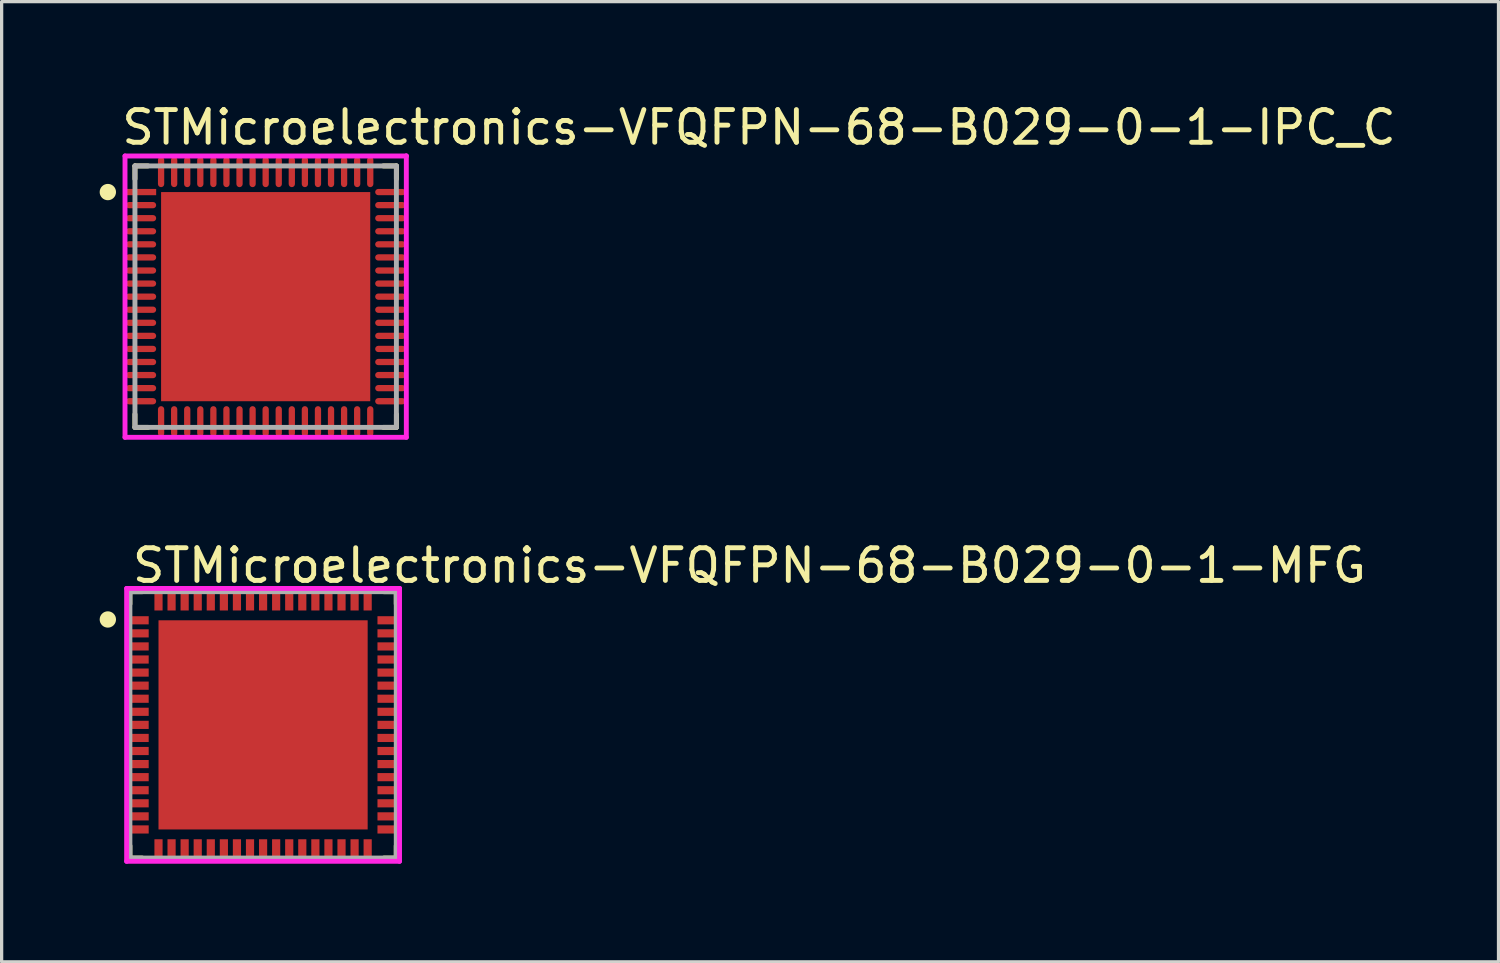
<source format=kicad_pcb>
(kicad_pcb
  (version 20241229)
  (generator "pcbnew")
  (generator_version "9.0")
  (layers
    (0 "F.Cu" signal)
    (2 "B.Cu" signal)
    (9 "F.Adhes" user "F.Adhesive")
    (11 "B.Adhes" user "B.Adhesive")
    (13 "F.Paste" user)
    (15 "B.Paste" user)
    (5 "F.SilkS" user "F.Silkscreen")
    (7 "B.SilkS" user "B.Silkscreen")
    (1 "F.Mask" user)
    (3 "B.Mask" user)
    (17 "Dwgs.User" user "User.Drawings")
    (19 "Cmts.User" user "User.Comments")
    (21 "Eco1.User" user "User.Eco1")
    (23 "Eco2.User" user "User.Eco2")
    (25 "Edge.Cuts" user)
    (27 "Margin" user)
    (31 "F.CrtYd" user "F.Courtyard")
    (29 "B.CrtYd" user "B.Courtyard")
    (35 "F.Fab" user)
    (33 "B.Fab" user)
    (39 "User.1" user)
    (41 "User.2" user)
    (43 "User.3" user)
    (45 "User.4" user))
  (footprint "STMicroelectronics-VFQFPN-68-B029-0-1-MFG"
    (layer "F.Cu")
    (at 5 19.13)
    (property "Reference" "STMicroelectronics-VFQFPN-68-B029-0-1-MFG" (at -4.075 -4.875 0) (layer "F.SilkS") (effects (font (size 1 1) (thickness 0.15)) (justify left)))
    (attr through_hole)
    (fp_line (start -4.075 -4.075) (end -3.7 -4.075) (stroke (width 0.15) (type solid)) (layer "F.SilkS"))
    (fp_line (start -4.075 -3.7) (end -4.075 -4.075) (stroke (width 0.15) (type solid)) (layer "F.SilkS"))
    (fp_line (start -4.075 4.075) (end -4.075 3.7) (stroke (width 0.15) (type solid)) (layer "F.SilkS"))
    (fp_line (start -4.075 4.075) (end -3.7 4.075) (stroke (width 0.15) (type solid)) (layer "F.SilkS"))
    (fp_line (start 3.7 -4.075) (end 4.075 -4.075) (stroke (width 0.15) (type solid)) (layer "F.SilkS"))
    (fp_line (start 3.7 4.075) (end 4.075 4.075) (stroke (width 0.15) (type solid)) (layer "F.SilkS"))
    (fp_line (start 4.075 -3.7) (end 4.075 -4.075) (stroke (width 0.15) (type solid)) (layer "F.SilkS"))
    (fp_line (start 4.075 4.075) (end 4.075 3.7) (stroke (width 0.15) (type solid)) (layer "F.SilkS"))
    (fp_circle (center -4.75 -3.225) (end -4.625 -3.225) (stroke (width 0.25) (type solid)) (fill no) (layer "F.SilkS"))
    (fp_line (start -4.175 -4.175) (end -4.175 4.175) (stroke (width 0.15) (type solid)) (layer "F.CrtYd"))
    (fp_line (start -4.175 4.175) (end 4.175 4.175) (stroke (width 0.15) (type solid)) (layer "F.CrtYd"))
    (fp_line (start 4.175 -4.175) (end -4.175 -4.175) (stroke (width 0.15) (type solid)) (layer "F.CrtYd"))
    (fp_line (start 4.175 -4.175) (end 4.175 -4.175) (stroke (width 0.15) (type solid)) (layer "F.CrtYd"))
    (fp_line (start 4.175 4.175) (end 4.175 -4.175) (stroke (width 0.15) (type solid)) (layer "F.CrtYd"))
    (fp_line (start -4.075 -4.075) (end 4.075 -4.075) (stroke (width 0.15) (type solid)) (layer "F.Fab"))
    (fp_line (start -4.075 4.075) (end -4.075 -4.075) (stroke (width 0.15) (type solid)) (layer "F.Fab"))
    (fp_line (start 4.075 -4.075) (end 4.075 4.075) (stroke (width 0.15) (type solid)) (layer "F.Fab"))
    (fp_line (start 4.075 4.075) (end -4.075 4.075) (stroke (width 0.15) (type solid)) (layer "F.Fab"))
    (pad "1" smd rect (at -3.825 -3.2) (size 0.65 0.25) (layers "F.Cu" "F.Mask" "F.Paste"))
    (pad "2" smd rect (at -3.825 -2.8) (size 0.65 0.25) (layers "F.Cu" "F.Mask" "F.Paste"))
    (pad "3" smd rect (at -3.825 -2.4) (size 0.65 0.25) (layers "F.Cu" "F.Mask" "F.Paste"))
    (pad "4" smd rect (at -3.825 -2) (size 0.65 0.25) (layers "F.Cu" "F.Mask" "F.Paste"))
    (pad "5" smd rect (at -3.825 -1.6) (size 0.65 0.25) (layers "F.Cu" "F.Mask" "F.Paste"))
    (pad "6" smd rect (at -3.825 -1.2) (size 0.65 0.25) (layers "F.Cu" "F.Mask" "F.Paste"))
    (pad "7" smd rect (at -3.825 -0.8) (size 0.65 0.25) (layers "F.Cu" "F.Mask" "F.Paste"))
    (pad "8" smd rect (at -3.825 -0.4) (size 0.65 0.25) (layers "F.Cu" "F.Mask" "F.Paste"))
    (pad "9" smd rect (at -3.825 0) (size 0.65 0.25) (layers "F.Cu" "F.Mask" "F.Paste"))
    (pad "10" smd rect (at -3.825 0.4) (size 0.65 0.25) (layers "F.Cu" "F.Mask" "F.Paste"))
    (pad "11" smd rect (at -3.825 0.8) (size 0.65 0.25) (layers "F.Cu" "F.Mask" "F.Paste"))
    (pad "12" smd rect (at -3.825 1.2) (size 0.65 0.25) (layers "F.Cu" "F.Mask" "F.Paste"))
    (pad "13" smd rect (at -3.825 1.6) (size 0.65 0.25) (layers "F.Cu" "F.Mask" "F.Paste"))
    (pad "14" smd rect (at -3.825 2) (size 0.65 0.25) (layers "F.Cu" "F.Mask" "F.Paste"))
    (pad "15" smd rect (at -3.825 2.4) (size 0.65 0.25) (layers "F.Cu" "F.Mask" "F.Paste"))
    (pad "16" smd rect (at -3.825 2.8) (size 0.65 0.25) (layers "F.Cu" "F.Mask" "F.Paste"))
    (pad "17" smd rect (at -3.825 3.2) (size 0.65 0.25) (layers "F.Cu" "F.Mask" "F.Paste"))
    (pad "18" smd rect (at -3.2 3.825) (size 0.25 0.65) (layers "F.Cu" "F.Mask" "F.Paste"))
    (pad "19" smd rect (at -2.8 3.825) (size 0.25 0.65) (layers "F.Cu" "F.Mask" "F.Paste"))
    (pad "20" smd rect (at -2.4 3.825) (size 0.25 0.65) (layers "F.Cu" "F.Mask" "F.Paste"))
    (pad "21" smd rect (at -2 3.825) (size 0.25 0.65) (layers "F.Cu" "F.Mask" "F.Paste"))
    (pad "22" smd rect (at -1.6 3.825) (size 0.25 0.65) (layers "F.Cu" "F.Mask" "F.Paste"))
    (pad "23" smd rect (at -1.2 3.825) (size 0.25 0.65) (layers "F.Cu" "F.Mask" "F.Paste"))
    (pad "24" smd rect (at -0.8 3.825) (size 0.25 0.65) (layers "F.Cu" "F.Mask" "F.Paste"))
    (pad "25" smd rect (at -0.4 3.825) (size 0.25 0.65) (layers "F.Cu" "F.Mask" "F.Paste"))
    (pad "26" smd rect (at 0 3.825) (size 0.25 0.65) (layers "F.Cu" "F.Mask" "F.Paste"))
    (pad "27" smd rect (at 0.4 3.825) (size 0.25 0.65) (layers "F.Cu" "F.Mask" "F.Paste"))
    (pad "28" smd rect (at 0.8 3.825) (size 0.25 0.65) (layers "F.Cu" "F.Mask" "F.Paste"))
    (pad "29" smd rect (at 1.2 3.825) (size 0.25 0.65) (layers "F.Cu" "F.Mask" "F.Paste"))
    (pad "30" smd rect (at 1.6 3.825) (size 0.25 0.65) (layers "F.Cu" "F.Mask" "F.Paste"))
    (pad "31" smd rect (at 2 3.825) (size 0.25 0.65) (layers "F.Cu" "F.Mask" "F.Paste"))
    (pad "32" smd rect (at 2.4 3.825) (size 0.25 0.65) (layers "F.Cu" "F.Mask" "F.Paste"))
    (pad "33" smd rect (at 2.8 3.825) (size 0.25 0.65) (layers "F.Cu" "F.Mask" "F.Paste"))
    (pad "34" smd rect (at 3.2 3.825) (size 0.25 0.65) (layers "F.Cu" "F.Mask" "F.Paste"))
    (pad "35" smd rect (at 3.825 3.2) (size 0.65 0.25) (layers "F.Cu" "F.Mask" "F.Paste"))
    (pad "36" smd rect (at 3.825 2.8) (size 0.65 0.25) (layers "F.Cu" "F.Mask" "F.Paste"))
    (pad "37" smd rect (at 3.825 2.4) (size 0.65 0.25) (layers "F.Cu" "F.Mask" "F.Paste"))
    (pad "38" smd rect (at 3.825 2) (size 0.65 0.25) (layers "F.Cu" "F.Mask" "F.Paste"))
    (pad "39" smd rect (at 3.825 1.6) (size 0.65 0.25) (layers "F.Cu" "F.Mask" "F.Paste"))
    (pad "40" smd rect (at 3.825 1.2) (size 0.65 0.25) (layers "F.Cu" "F.Mask" "F.Paste"))
    (pad "41" smd rect (at 3.825 0.8) (size 0.65 0.25) (layers "F.Cu" "F.Mask" "F.Paste"))
    (pad "42" smd rect (at 3.825 0.4) (size 0.65 0.25) (layers "F.Cu" "F.Mask" "F.Paste"))
    (pad "43" smd rect (at 3.825 0) (size 0.65 0.25) (layers "F.Cu" "F.Mask" "F.Paste"))
    (pad "44" smd rect (at 3.825 -0.4) (size 0.65 0.25) (layers "F.Cu" "F.Mask" "F.Paste"))
    (pad "45" smd rect (at 3.825 -0.8) (size 0.65 0.25) (layers "F.Cu" "F.Mask" "F.Paste"))
    (pad "46" smd rect (at 3.825 -1.2) (size 0.65 0.25) (layers "F.Cu" "F.Mask" "F.Paste"))
    (pad "47" smd rect (at 3.825 -1.6) (size 0.65 0.25) (layers "F.Cu" "F.Mask" "F.Paste"))
    (pad "48" smd rect (at 3.825 -2) (size 0.65 0.25) (layers "F.Cu" "F.Mask" "F.Paste"))
    (pad "49" smd rect (at 3.825 -2.4) (size 0.65 0.25) (layers "F.Cu" "F.Mask" "F.Paste"))
    (pad "50" smd rect (at 3.825 -2.8) (size 0.65 0.25) (layers "F.Cu" "F.Mask" "F.Paste"))
    (pad "51" smd rect (at 3.825 -3.2) (size 0.65 0.25) (layers "F.Cu" "F.Mask" "F.Paste"))
    (pad "52" smd rect (at 3.2 -3.825) (size 0.25 0.65) (layers "F.Cu" "F.Mask" "F.Paste"))
    (pad "53" smd rect (at 2.8 -3.825) (size 0.25 0.65) (layers "F.Cu" "F.Mask" "F.Paste"))
    (pad "54" smd rect (at 2.4 -3.825) (size 0.25 0.65) (layers "F.Cu" "F.Mask" "F.Paste"))
    (pad "55" smd rect (at 2 -3.825) (size 0.25 0.65) (layers "F.Cu" "F.Mask" "F.Paste"))
    (pad "56" smd rect (at 1.6 -3.825) (size 0.25 0.65) (layers "F.Cu" "F.Mask" "F.Paste"))
    (pad "57" smd rect (at 1.2 -3.825) (size 0.25 0.65) (layers "F.Cu" "F.Mask" "F.Paste"))
    (pad "58" smd rect (at 0.8 -3.825) (size 0.25 0.65) (layers "F.Cu" "F.Mask" "F.Paste"))
    (pad "59" smd rect (at 0.4 -3.825) (size 0.25 0.65) (layers "F.Cu" "F.Mask" "F.Paste"))
    (pad "60" smd rect (at 0 -3.825) (size 0.25 0.65) (layers "F.Cu" "F.Mask" "F.Paste"))
    (pad "61" smd rect (at -0.4 -3.825) (size 0.25 0.65) (layers "F.Cu" "F.Mask" "F.Paste"))
    (pad "62" smd rect (at -0.8 -3.825) (size 0.25 0.65) (layers "F.Cu" "F.Mask" "F.Paste"))
    (pad "63" smd rect (at -1.2 -3.825) (size 0.25 0.65) (layers "F.Cu" "F.Mask" "F.Paste"))
    (pad "64" smd rect (at -1.6 -3.825) (size 0.25 0.65) (layers "F.Cu" "F.Mask" "F.Paste"))
    (pad "65" smd rect (at -2 -3.825) (size 0.25 0.65) (layers "F.Cu" "F.Mask" "F.Paste"))
    (pad "66" smd rect (at -2.4 -3.825) (size 0.25 0.65) (layers "F.Cu" "F.Mask" "F.Paste"))
    (pad "67" smd rect (at -2.8 -3.825) (size 0.25 0.65) (layers "F.Cu" "F.Mask" "F.Paste"))
    (pad "68" smd rect (at -3.2 -3.825) (size 0.25 0.65) (layers "F.Cu" "F.Mask" "F.Paste"))
    (pad "69" smd rect (at 0 0) (size 6.4 6.4) (layers "F.Cu" "F.Mask" "F.Paste")))
  (footprint "STMicroelectronics-VFQFPN-68-B029-0-1-IPC_C"
    (layer "F.Cu")
    (at 5.079 6.027)
    (property "Reference" "STMicroelectronics-VFQFPN-68-B029-0-1-IPC_C" (at -4.479 -5.179 0) (layer "F.SilkS") (effects (font (size 1 1) (thickness 0.15)) (justify left)))
    (attr through_hole)
    (fp_line (start -4 -4) (end -4 -3.6) (stroke (width 0.15) (type solid)) (layer "F.SilkS"))
    (fp_line (start -4 4) (end -4 3.6) (stroke (width 0.15) (type solid)) (layer "F.SilkS"))
    (fp_line (start -3.6 -4) (end -4 -4) (stroke (width 0.15) (type solid)) (layer "F.SilkS"))
    (fp_line (start -3.6 4) (end -4 4) (stroke (width 0.15) (type solid)) (layer "F.SilkS"))
    (fp_line (start 3.6 -4) (end 4 -4) (stroke (width 0.15) (type solid)) (layer "F.SilkS"))
    (fp_line (start 3.6 4) (end 4 4) (stroke (width 0.15) (type solid)) (layer "F.SilkS"))
    (fp_line (start 4 -4) (end 4 -3.6) (stroke (width 0.15) (type solid)) (layer "F.SilkS"))
    (fp_line (start 4 4) (end 4 3.6) (stroke (width 0.15) (type solid)) (layer "F.SilkS"))
    (fp_circle (center -4.829 -3.2) (end -4.704 -3.2) (stroke (width 0.25) (type solid)) (fill no) (layer "F.SilkS"))
    (fp_poly (pts (xy -2.416 -2.416) (xy -0.392 -2.416) (xy -0.392 -0.392) (xy -2.416 -0.392)) (stroke (width 0) (type solid)) (fill yes) (layer "F.Paste"))
    (fp_poly (pts (xy -2.416 0.392) (xy -0.392 0.392) (xy -0.392 2.416) (xy -2.416 2.416)) (stroke (width 0) (type solid)) (fill yes) (layer "F.Paste"))
    (fp_poly (pts (xy 0.392 -2.416) (xy 2.416 -2.416) (xy 2.416 -0.392) (xy 0.392 -0.392)) (stroke (width 0) (type solid)) (fill yes) (layer "F.Paste"))
    (fp_poly (pts (xy 0.392 0.392) (xy 2.416 0.392) (xy 2.416 2.416) (xy 0.392 2.416)) (stroke (width 0) (type solid)) (fill yes) (layer "F.Paste"))
    (fp_line (start -4.304 -4.304) (end -4.304 4.304) (stroke (width 0.15) (type solid)) (layer "F.CrtYd"))
    (fp_line (start -4.304 4.304) (end 4.304 4.304) (stroke (width 0.15) (type solid)) (layer "F.CrtYd"))
    (fp_line (start 4.304 -4.304) (end -4.304 -4.304) (stroke (width 0.15) (type solid)) (layer "F.CrtYd"))
    (fp_line (start 4.304 -4.304) (end 4.304 -4.304) (stroke (width 0.15) (type solid)) (layer "F.CrtYd"))
    (fp_line (start 4.304 4.304) (end 4.304 -4.304) (stroke (width 0.15) (type solid)) (layer "F.CrtYd"))
    (fp_line (start -4 -4) (end 4 -4) (stroke (width 0.15) (type solid)) (layer "F.Fab"))
    (fp_line (start -4 4) (end -4 -4) (stroke (width 0.15) (type solid)) (layer "F.Fab"))
    (fp_line (start 4 -4) (end 4 4) (stroke (width 0.15) (type solid)) (layer "F.Fab"))
    (fp_line (start 4 4) (end -4 4) (stroke (width 0.15) (type solid)) (layer "F.Fab"))
    (pad "1" smd rect (at -3.815 -3.2) (size 0.929 0.192) (layers "F.Cu" "F.Mask" "F.Paste"))
    (pad "2" smd roundrect (at -3.815 -2.8) (size 0.929 0.192) (layers "F.Cu" "F.Mask" "F.Paste") (roundrect_rratio 0.5))
    (pad "3" smd roundrect (at -3.815 -2.4) (size 0.929 0.192) (layers "F.Cu" "F.Mask" "F.Paste") (roundrect_rratio 0.5))
    (pad "4" smd roundrect (at -3.815 -2) (size 0.929 0.192) (layers "F.Cu" "F.Mask" "F.Paste") (roundrect_rratio 0.5))
    (pad "5" smd roundrect (at -3.815 -1.6) (size 0.929 0.192) (layers "F.Cu" "F.Mask" "F.Paste") (roundrect_rratio 0.5))
    (pad "6" smd roundrect (at -3.815 -1.2) (size 0.929 0.192) (layers "F.Cu" "F.Mask" "F.Paste") (roundrect_rratio 0.5))
    (pad "7" smd roundrect (at -3.815 -0.8) (size 0.929 0.192) (layers "F.Cu" "F.Mask" "F.Paste") (roundrect_rratio 0.5))
    (pad "8" smd roundrect (at -3.815 -0.4) (size 0.929 0.192) (layers "F.Cu" "F.Mask" "F.Paste") (roundrect_rratio 0.5))
    (pad "9" smd roundrect (at -3.815 0) (size 0.929 0.192) (layers "F.Cu" "F.Mask" "F.Paste") (roundrect_rratio 0.5))
    (pad "10" smd roundrect (at -3.815 0.4) (size 0.929 0.192) (layers "F.Cu" "F.Mask" "F.Paste") (roundrect_rratio 0.5))
    (pad "11" smd roundrect (at -3.815 0.8) (size 0.929 0.192) (layers "F.Cu" "F.Mask" "F.Paste") (roundrect_rratio 0.5))
    (pad "12" smd roundrect (at -3.815 1.2) (size 0.929 0.192) (layers "F.Cu" "F.Mask" "F.Paste") (roundrect_rratio 0.5))
    (pad "13" smd roundrect (at -3.815 1.6) (size 0.929 0.192) (layers "F.Cu" "F.Mask" "F.Paste") (roundrect_rratio 0.5))
    (pad "14" smd roundrect (at -3.815 2) (size 0.929 0.192) (layers "F.Cu" "F.Mask" "F.Paste") (roundrect_rratio 0.5))
    (pad "15" smd roundrect (at -3.815 2.4) (size 0.929 0.192) (layers "F.Cu" "F.Mask" "F.Paste") (roundrect_rratio 0.5))
    (pad "16" smd roundrect (at -3.815 2.8) (size 0.929 0.192) (layers "F.Cu" "F.Mask" "F.Paste") (roundrect_rratio 0.5))
    (pad "17" smd roundrect (at -3.815 3.2) (size 0.929 0.192) (layers "F.Cu" "F.Mask" "F.Paste") (roundrect_rratio 0.5))
    (pad "18" smd roundrect (at -3.2 3.815) (size 0.192 0.929) (layers "F.Cu" "F.Mask" "F.Paste") (roundrect_rratio 0.5))
    (pad "19" smd roundrect (at -2.8 3.815) (size 0.192 0.929) (layers "F.Cu" "F.Mask" "F.Paste") (roundrect_rratio 0.5))
    (pad "20" smd roundrect (at -2.4 3.815) (size 0.192 0.929) (layers "F.Cu" "F.Mask" "F.Paste") (roundrect_rratio 0.5))
    (pad "21" smd roundrect (at -2 3.815) (size 0.192 0.929) (layers "F.Cu" "F.Mask" "F.Paste") (roundrect_rratio 0.5))
    (pad "22" smd roundrect (at -1.6 3.815) (size 0.192 0.929) (layers "F.Cu" "F.Mask" "F.Paste") (roundrect_rratio 0.5))
    (pad "23" smd roundrect (at -1.2 3.815) (size 0.192 0.929) (layers "F.Cu" "F.Mask" "F.Paste") (roundrect_rratio 0.5))
    (pad "24" smd roundrect (at -0.8 3.815) (size 0.192 0.929) (layers "F.Cu" "F.Mask" "F.Paste") (roundrect_rratio 0.5))
    (pad "25" smd roundrect (at -0.4 3.815) (size 0.192 0.929) (layers "F.Cu" "F.Mask" "F.Paste") (roundrect_rratio 0.5))
    (pad "26" smd roundrect (at 0 3.815) (size 0.192 0.929) (layers "F.Cu" "F.Mask" "F.Paste") (roundrect_rratio 0.5))
    (pad "27" smd roundrect (at 0.4 3.815) (size 0.192 0.929) (layers "F.Cu" "F.Mask" "F.Paste") (roundrect_rratio 0.5))
    (pad "28" smd roundrect (at 0.8 3.815) (size 0.192 0.929) (layers "F.Cu" "F.Mask" "F.Paste") (roundrect_rratio 0.5))
    (pad "29" smd roundrect (at 1.2 3.815) (size 0.192 0.929) (layers "F.Cu" "F.Mask" "F.Paste") (roundrect_rratio 0.5))
    (pad "30" smd roundrect (at 1.6 3.815) (size 0.192 0.929) (layers "F.Cu" "F.Mask" "F.Paste") (roundrect_rratio 0.5))
    (pad "31" smd roundrect (at 2 3.815) (size 0.192 0.929) (layers "F.Cu" "F.Mask" "F.Paste") (roundrect_rratio 0.5))
    (pad "32" smd roundrect (at 2.4 3.815) (size 0.192 0.929) (layers "F.Cu" "F.Mask" "F.Paste") (roundrect_rratio 0.5))
    (pad "33" smd roundrect (at 2.8 3.815) (size 0.192 0.929) (layers "F.Cu" "F.Mask" "F.Paste") (roundrect_rratio 0.5))
    (pad "34" smd roundrect (at 3.2 3.815) (size 0.192 0.929) (layers "F.Cu" "F.Mask" "F.Paste") (roundrect_rratio 0.5))
    (pad "35" smd roundrect (at 3.815 3.2) (size 0.929 0.192) (layers "F.Cu" "F.Mask" "F.Paste") (roundrect_rratio 0.5))
    (pad "36" smd roundrect (at 3.815 2.8) (size 0.929 0.192) (layers "F.Cu" "F.Mask" "F.Paste") (roundrect_rratio 0.5))
    (pad "37" smd roundrect (at 3.815 2.4) (size 0.929 0.192) (layers "F.Cu" "F.Mask" "F.Paste") (roundrect_rratio 0.5))
    (pad "38" smd roundrect (at 3.815 2) (size 0.929 0.192) (layers "F.Cu" "F.Mask" "F.Paste") (roundrect_rratio 0.5))
    (pad "39" smd roundrect (at 3.815 1.6) (size 0.929 0.192) (layers "F.Cu" "F.Mask" "F.Paste") (roundrect_rratio 0.5))
    (pad "40" smd roundrect (at 3.815 1.2) (size 0.929 0.192) (layers "F.Cu" "F.Mask" "F.Paste") (roundrect_rratio 0.5))
    (pad "41" smd roundrect (at 3.815 0.8) (size 0.929 0.192) (layers "F.Cu" "F.Mask" "F.Paste") (roundrect_rratio 0.5))
    (pad "42" smd roundrect (at 3.815 0.4) (size 0.929 0.192) (layers "F.Cu" "F.Mask" "F.Paste") (roundrect_rratio 0.5))
    (pad "43" smd roundrect (at 3.815 0) (size 0.929 0.192) (layers "F.Cu" "F.Mask" "F.Paste") (roundrect_rratio 0.5))
    (pad "44" smd roundrect (at 3.815 -0.4) (size 0.929 0.192) (layers "F.Cu" "F.Mask" "F.Paste") (roundrect_rratio 0.5))
    (pad "45" smd roundrect (at 3.815 -0.8) (size 0.929 0.192) (layers "F.Cu" "F.Mask" "F.Paste") (roundrect_rratio 0.5))
    (pad "46" smd roundrect (at 3.815 -1.2) (size 0.929 0.192) (layers "F.Cu" "F.Mask" "F.Paste") (roundrect_rratio 0.5))
    (pad "47" smd roundrect (at 3.815 -1.6) (size 0.929 0.192) (layers "F.Cu" "F.Mask" "F.Paste") (roundrect_rratio 0.5))
    (pad "48" smd roundrect (at 3.815 -2) (size 0.929 0.192) (layers "F.Cu" "F.Mask" "F.Paste") (roundrect_rratio 0.5))
    (pad "49" smd roundrect (at 3.815 -2.4) (size 0.929 0.192) (layers "F.Cu" "F.Mask" "F.Paste") (roundrect_rratio 0.5))
    (pad "50" smd roundrect (at 3.815 -2.8) (size 0.929 0.192) (layers "F.Cu" "F.Mask" "F.Paste") (roundrect_rratio 0.5))
    (pad "51" smd roundrect (at 3.815 -3.2) (size 0.929 0.192) (layers "F.Cu" "F.Mask" "F.Paste") (roundrect_rratio 0.5))
    (pad "52" smd roundrect (at 3.2 -3.815) (size 0.192 0.929) (layers "F.Cu" "F.Mask" "F.Paste") (roundrect_rratio 0.5))
    (pad "53" smd roundrect (at 2.8 -3.815) (size 0.192 0.929) (layers "F.Cu" "F.Mask" "F.Paste") (roundrect_rratio 0.5))
    (pad "54" smd roundrect (at 2.4 -3.815) (size 0.192 0.929) (layers "F.Cu" "F.Mask" "F.Paste") (roundrect_rratio 0.5))
    (pad "55" smd roundrect (at 2 -3.815) (size 0.192 0.929) (layers "F.Cu" "F.Mask" "F.Paste") (roundrect_rratio 0.5))
    (pad "56" smd roundrect (at 1.6 -3.815) (size 0.192 0.929) (layers "F.Cu" "F.Mask" "F.Paste") (roundrect_rratio 0.5))
    (pad "57" smd roundrect (at 1.2 -3.815) (size 0.192 0.929) (layers "F.Cu" "F.Mask" "F.Paste") (roundrect_rratio 0.5))
    (pad "58" smd roundrect (at 0.8 -3.815) (size 0.192 0.929) (layers "F.Cu" "F.Mask" "F.Paste") (roundrect_rratio 0.5))
    (pad "59" smd roundrect (at 0.4 -3.815) (size 0.192 0.929) (layers "F.Cu" "F.Mask" "F.Paste") (roundrect_rratio 0.5))
    (pad "60" smd roundrect (at 0 -3.815) (size 0.192 0.929) (layers "F.Cu" "F.Mask" "F.Paste") (roundrect_rratio 0.5))
    (pad "61" smd roundrect (at -0.4 -3.815) (size 0.192 0.929) (layers "F.Cu" "F.Mask" "F.Paste") (roundrect_rratio 0.5))
    (pad "62" smd roundrect (at -0.8 -3.815) (size 0.192 0.929) (layers "F.Cu" "F.Mask" "F.Paste") (roundrect_rratio 0.5))
    (pad "63" smd roundrect (at -1.2 -3.815) (size 0.192 0.929) (layers "F.Cu" "F.Mask" "F.Paste") (roundrect_rratio 0.5))
    (pad "64" smd roundrect (at -1.6 -3.815) (size 0.192 0.929) (layers "F.Cu" "F.Mask" "F.Paste") (roundrect_rratio 0.5))
    (pad "65" smd roundrect (at -2 -3.815) (size 0.192 0.929) (layers "F.Cu" "F.Mask" "F.Paste") (roundrect_rratio 0.5))
    (pad "66" smd roundrect (at -2.4 -3.815) (size 0.192 0.929) (layers "F.Cu" "F.Mask" "F.Paste") (roundrect_rratio 0.5))
    (pad "67" smd roundrect (at -2.8 -3.815) (size 0.192 0.929) (layers "F.Cu" "F.Mask" "F.Paste") (roundrect_rratio 0.5))
    (pad "68" smd roundrect (at -3.2 -3.815) (size 0.192 0.929) (layers "F.Cu" "F.Mask" "F.Paste") (roundrect_rratio 0.5))
    (pad "69" smd rect (at 0 0) (size 6.4 6.4) (layers "F.Cu" "F.Mask")))
  (gr_rect
    (start -3 -3)
    (end 42.802 26.38)
    (stroke (width 0.1) (type default))
    (fill no)
    (layer "Edge.Cuts")))
</source>
